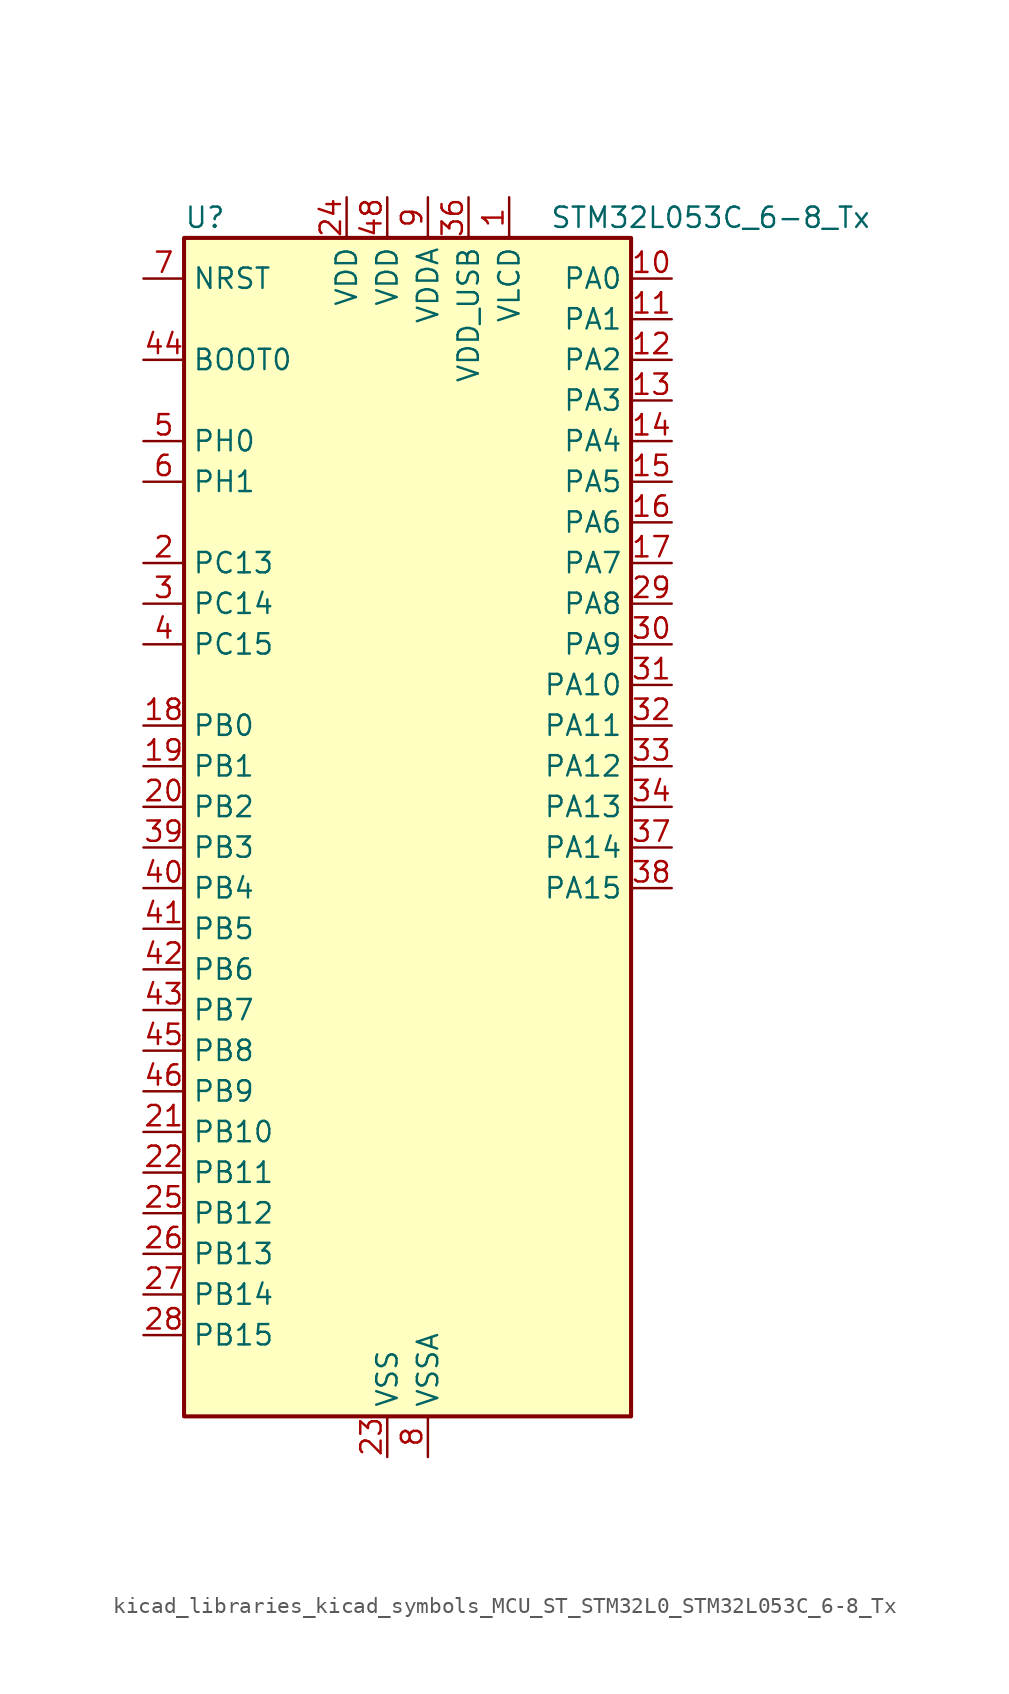
<source format=kicad_sym>
(kicad_symbol_lib
  (version 20220914)
  (generator kicad_symbol_editor)
  (symbol "kicad_libraries_kicad_symbols_MCU_ST_STM32L0_STM32L053C_6-8_Tx"
    (property "Reference" "U"
      (at -12.7 39.37 0)
      (effects (font (size 1.27 1.27)) (justify left)))
    (property "Value" "STM32L053C_6-8_Tx"
      (at 10.16 39.37 0)
      (effects (font (size 1.27 1.27)) (justify left)))
    (property "ki_locked" ""
      (at 0 0 0)
      (effects (font (size 1.27 1.27))))
    (symbol "kicad_libraries_kicad_symbols_MCU_ST_STM32L0_STM32L053C_6-8_Tx_0_1"
      (rectangle (start -12.7 -35.56) (end 15.24 38.1) (stroke (width 0.254) (type default)) (fill (type background))))
    (symbol "kicad_libraries_kicad_symbols_MCU_ST_STM32L0_STM32L053C_6-8_Tx_1_1"
      (pin power_in line (at 7.62 40.64 270) (length 2.54) (name "VLCD" (effects (font (size 1.27 1.27)))) (number "1" (effects (font (size 1.27 1.27)))))
      (pin bidirectional line (at 17.78 35.56 180) (length 2.54) (name "PA0" (effects (font (size 1.27 1.27)))) (number "10" (effects (font (size 1.27 1.27)))) (alternate "ADC_IN0" bidirectional line) (alternate "COMP1_INM" bidirectional line) (alternate "COMP1_OUT" bidirectional line) (alternate "RTC_TAMP2" bidirectional line) (alternate "SYS_WKUP1" bidirectional line) (alternate "TIM2_CH1" bidirectional line) (alternate "TIM2_ETR" bidirectional line) (alternate "TSC_G1_IO1" bidirectional line) (alternate "USART2_CTS" bidirectional line))
      (pin bidirectional line (at 17.78 33.02 180) (length 2.54) (name "PA1" (effects (font (size 1.27 1.27)))) (number "11" (effects (font (size 1.27 1.27)))) (alternate "ADC_IN1" bidirectional line) (alternate "COMP1_INP" bidirectional line) (alternate "LCD_SEG0" bidirectional line) (alternate "TIM21_ETR" bidirectional line) (alternate "TIM2_CH2" bidirectional line) (alternate "TSC_G1_IO2" bidirectional line) (alternate "USART2_DE" bidirectional line) (alternate "USART2_RTS" bidirectional line))
      (pin bidirectional line (at 17.78 30.48 180) (length 2.54) (name "PA2" (effects (font (size 1.27 1.27)))) (number "12" (effects (font (size 1.27 1.27)))) (alternate "ADC_IN2" bidirectional line) (alternate "COMP2_INM" bidirectional line) (alternate "COMP2_OUT" bidirectional line) (alternate "LCD_SEG1" bidirectional line) (alternate "TIM21_CH1" bidirectional line) (alternate "TIM2_CH3" bidirectional line) (alternate "TSC_G1_IO3" bidirectional line) (alternate "USART2_TX" bidirectional line))
      (pin bidirectional line (at 17.78 27.94 180) (length 2.54) (name "PA3" (effects (font (size 1.27 1.27)))) (number "13" (effects (font (size 1.27 1.27)))) (alternate "ADC_IN3" bidirectional line) (alternate "COMP2_INP" bidirectional line) (alternate "LCD_SEG2" bidirectional line) (alternate "TIM21_CH2" bidirectional line) (alternate "TIM2_CH4" bidirectional line) (alternate "TSC_G1_IO4" bidirectional line) (alternate "USART2_RX" bidirectional line))
      (pin bidirectional line (at 17.78 25.4 180) (length 2.54) (name "PA4" (effects (font (size 1.27 1.27)))) (number "14" (effects (font (size 1.27 1.27)))) (alternate "ADC_IN4" bidirectional line) (alternate "COMP1_INM" bidirectional line) (alternate "COMP2_INM" bidirectional line) (alternate "DAC_OUT1" bidirectional line) (alternate "SPI1_NSS" bidirectional line) (alternate "TIM22_ETR" bidirectional line) (alternate "TSC_G2_IO1" bidirectional line) (alternate "USART2_CK" bidirectional line))
      (pin bidirectional line (at 17.78 22.86 180) (length 2.54) (name "PA5" (effects (font (size 1.27 1.27)))) (number "15" (effects (font (size 1.27 1.27)))) (alternate "ADC_IN5" bidirectional line) (alternate "COMP1_INM" bidirectional line) (alternate "COMP2_INM" bidirectional line) (alternate "SPI1_SCK" bidirectional line) (alternate "TIM2_CH1" bidirectional line) (alternate "TIM2_ETR" bidirectional line) (alternate "TSC_G2_IO2" bidirectional line))
      (pin bidirectional line (at 17.78 20.32 180) (length 2.54) (name "PA6" (effects (font (size 1.27 1.27)))) (number "16" (effects (font (size 1.27 1.27)))) (alternate "ADC_IN6" bidirectional line) (alternate "COMP1_OUT" bidirectional line) (alternate "LCD_SEG3" bidirectional line) (alternate "LPUART1_CTS" bidirectional line) (alternate "SPI1_MISO" bidirectional line) (alternate "TIM22_CH1" bidirectional line) (alternate "TSC_G2_IO3" bidirectional line))
      (pin bidirectional line (at 17.78 17.78 180) (length 2.54) (name "PA7" (effects (font (size 1.27 1.27)))) (number "17" (effects (font (size 1.27 1.27)))) (alternate "ADC_IN7" bidirectional line) (alternate "COMP2_OUT" bidirectional line) (alternate "LCD_SEG4" bidirectional line) (alternate "SPI1_MOSI" bidirectional line) (alternate "TIM22_CH2" bidirectional line) (alternate "TSC_G2_IO4" bidirectional line))
      (pin bidirectional line (at -15.24 7.62 0) (length 2.54) (name "PB0" (effects (font (size 1.27 1.27)))) (number "18" (effects (font (size 1.27 1.27)))) (alternate "ADC_IN8" bidirectional line) (alternate "LCD_SEG5" bidirectional line) (alternate "LCD_VLCD3" bidirectional line) (alternate "SYS_VREF_OUT_PB0" bidirectional line) (alternate "TSC_G3_IO2" bidirectional line))
      (pin bidirectional line (at -15.24 5.08 0) (length 2.54) (name "PB1" (effects (font (size 1.27 1.27)))) (number "19" (effects (font (size 1.27 1.27)))) (alternate "ADC_IN9" bidirectional line) (alternate "LCD_SEG6" bidirectional line) (alternate "LPUART1_DE" bidirectional line) (alternate "LPUART1_RTS" bidirectional line) (alternate "SYS_VREF_OUT_PB1" bidirectional line) (alternate "TSC_G3_IO3" bidirectional line))
      (pin bidirectional line (at -15.24 17.78 0) (length 2.54) (name "PC13" (effects (font (size 1.27 1.27)))) (number "2" (effects (font (size 1.27 1.27)))) (alternate "RTC_OUT_ALARM" bidirectional line) (alternate "RTC_OUT_CALIB" bidirectional line) (alternate "RTC_TAMP1" bidirectional line) (alternate "RTC_TS" bidirectional line) (alternate "SYS_WKUP2" bidirectional line))
      (pin bidirectional line (at -15.24 2.54 0) (length 2.54) (name "PB2" (effects (font (size 1.27 1.27)))) (number "20" (effects (font (size 1.27 1.27)))) (alternate "LCD_VLCD1" bidirectional line) (alternate "LPTIM1_OUT" bidirectional line) (alternate "TSC_G3_IO4" bidirectional line))
      (pin bidirectional line (at -15.24 -17.78 0) (length 2.54) (name "PB10" (effects (font (size 1.27 1.27)))) (number "21" (effects (font (size 1.27 1.27)))) (alternate "I2C2_SCL" bidirectional line) (alternate "LCD_SEG10" bidirectional line) (alternate "LPUART1_TX" bidirectional line) (alternate "SPI2_SCK" bidirectional line) (alternate "TIM2_CH3" bidirectional line) (alternate "TSC_SYNC" bidirectional line))
      (pin bidirectional line (at -15.24 -20.32 0) (length 2.54) (name "PB11" (effects (font (size 1.27 1.27)))) (number "22" (effects (font (size 1.27 1.27)))) (alternate "ADC_EXTI11" bidirectional line) (alternate "I2C2_SDA" bidirectional line) (alternate "LCD_SEG11" bidirectional line) (alternate "LPUART1_RX" bidirectional line) (alternate "TIM2_CH4" bidirectional line) (alternate "TSC_G6_IO1" bidirectional line))
      (pin power_in line (at 0 -38.1 90) (length 2.54) (name "VSS" (effects (font (size 1.27 1.27)))) (number "23" (effects (font (size 1.27 1.27)))))
      (pin power_in line (at -2.54 40.64 270) (length 2.54) (name "VDD" (effects (font (size 1.27 1.27)))) (number "24" (effects (font (size 1.27 1.27)))))
      (pin bidirectional line (at -15.24 -22.86 0) (length 2.54) (name "PB12" (effects (font (size 1.27 1.27)))) (number "25" (effects (font (size 1.27 1.27)))) (alternate "I2S2_WS" bidirectional line) (alternate "LCD_SEG12" bidirectional line) (alternate "LCD_VLCD2" bidirectional line) (alternate "LPUART1_DE" bidirectional line) (alternate "LPUART1_RTS" bidirectional line) (alternate "SPI2_NSS" bidirectional line) (alternate "TSC_G6_IO2" bidirectional line))
      (pin bidirectional line (at -15.24 -25.4 0) (length 2.54) (name "PB13" (effects (font (size 1.27 1.27)))) (number "26" (effects (font (size 1.27 1.27)))) (alternate "I2C2_SCL" bidirectional line) (alternate "I2S2_CK" bidirectional line) (alternate "LCD_SEG13" bidirectional line) (alternate "LPUART1_CTS" bidirectional line) (alternate "SPI2_SCK" bidirectional line) (alternate "TIM21_CH1" bidirectional line) (alternate "TSC_G6_IO3" bidirectional line))
      (pin bidirectional line (at -15.24 -27.94 0) (length 2.54) (name "PB14" (effects (font (size 1.27 1.27)))) (number "27" (effects (font (size 1.27 1.27)))) (alternate "I2C2_SDA" bidirectional line) (alternate "I2S2_MCK" bidirectional line) (alternate "LCD_SEG14" bidirectional line) (alternate "LPUART1_DE" bidirectional line) (alternate "LPUART1_RTS" bidirectional line) (alternate "RTC_OUT_ALARM" bidirectional line) (alternate "RTC_OUT_CALIB" bidirectional line) (alternate "SPI2_MISO" bidirectional line) (alternate "TIM21_CH2" bidirectional line) (alternate "TSC_G6_IO4" bidirectional line))
      (pin bidirectional line (at -15.24 -30.48 0) (length 2.54) (name "PB15" (effects (font (size 1.27 1.27)))) (number "28" (effects (font (size 1.27 1.27)))) (alternate "I2S2_SD" bidirectional line) (alternate "LCD_SEG15" bidirectional line) (alternate "RTC_REFIN" bidirectional line) (alternate "SPI2_MOSI" bidirectional line))
      (pin bidirectional line (at 17.78 15.24 180) (length 2.54) (name "PA8" (effects (font (size 1.27 1.27)))) (number "29" (effects (font (size 1.27 1.27)))) (alternate "CRS_SYNC" bidirectional line) (alternate "LCD_COM0" bidirectional line) (alternate "RCC_MCO" bidirectional line) (alternate "USART1_CK" bidirectional line))
      (pin bidirectional line (at -15.24 15.24 0) (length 2.54) (name "PC14" (effects (font (size 1.27 1.27)))) (number "3" (effects (font (size 1.27 1.27)))) (alternate "RCC_OSC32_IN" bidirectional line))
      (pin bidirectional line (at 17.78 12.7 180) (length 2.54) (name "PA9" (effects (font (size 1.27 1.27)))) (number "30" (effects (font (size 1.27 1.27)))) (alternate "DAC_EXTI9" bidirectional line) (alternate "LCD_COM1" bidirectional line) (alternate "RCC_MCO" bidirectional line) (alternate "TSC_G4_IO1" bidirectional line) (alternate "USART1_TX" bidirectional line))
      (pin bidirectional line (at 17.78 10.16 180) (length 2.54) (name "PA10" (effects (font (size 1.27 1.27)))) (number "31" (effects (font (size 1.27 1.27)))) (alternate "LCD_COM2" bidirectional line) (alternate "TSC_G4_IO2" bidirectional line) (alternate "USART1_RX" bidirectional line))
      (pin bidirectional line (at 17.78 7.62 180) (length 2.54) (name "PA11" (effects (font (size 1.27 1.27)))) (number "32" (effects (font (size 1.27 1.27)))) (alternate "ADC_EXTI11" bidirectional line) (alternate "COMP1_OUT" bidirectional line) (alternate "SPI1_MISO" bidirectional line) (alternate "TSC_G4_IO3" bidirectional line) (alternate "USART1_CTS" bidirectional line) (alternate "USB_DM" bidirectional line))
      (pin bidirectional line (at 17.78 5.08 180) (length 2.54) (name "PA12" (effects (font (size 1.27 1.27)))) (number "33" (effects (font (size 1.27 1.27)))) (alternate "COMP2_OUT" bidirectional line) (alternate "SPI1_MOSI" bidirectional line) (alternate "TSC_G4_IO4" bidirectional line) (alternate "USART1_DE" bidirectional line) (alternate "USART1_RTS" bidirectional line) (alternate "USB_DP" bidirectional line))
      (pin bidirectional line (at 17.78 2.54 180) (length 2.54) (name "PA13" (effects (font (size 1.27 1.27)))) (number "34" (effects (font (size 1.27 1.27)))) (alternate "SYS_SWDIO" bidirectional line) (alternate "USB_NOE" bidirectional line))
      (pin passive line (at 0 -38.1 90) (length 2.54) hide (name "VSS" (effects (font (size 1.27 1.27)))) (number "35" (effects (font (size 1.27 1.27)))))
      (pin power_in line (at 5.08 40.64 270) (length 2.54) (name "VDD_USB" (effects (font (size 1.27 1.27)))) (number "36" (effects (font (size 1.27 1.27)))))
      (pin bidirectional line (at 17.78 0 180) (length 2.54) (name "PA14" (effects (font (size 1.27 1.27)))) (number "37" (effects (font (size 1.27 1.27)))) (alternate "SYS_SWCLK" bidirectional line) (alternate "USART2_TX" bidirectional line))
      (pin bidirectional line (at 17.78 -2.54 180) (length 2.54) (name "PA15" (effects (font (size 1.27 1.27)))) (number "38" (effects (font (size 1.27 1.27)))) (alternate "LCD_SEG17" bidirectional line) (alternate "SPI1_NSS" bidirectional line) (alternate "TIM2_CH1" bidirectional line) (alternate "TIM2_ETR" bidirectional line) (alternate "USART2_RX" bidirectional line))
      (pin bidirectional line (at -15.24 0 0) (length 2.54) (name "PB3" (effects (font (size 1.27 1.27)))) (number "39" (effects (font (size 1.27 1.27)))) (alternate "COMP2_INM" bidirectional line) (alternate "LCD_SEG7" bidirectional line) (alternate "SPI1_SCK" bidirectional line) (alternate "TIM2_CH2" bidirectional line) (alternate "TSC_G5_IO1" bidirectional line))
      (pin bidirectional line (at -15.24 12.7 0) (length 2.54) (name "PC15" (effects (font (size 1.27 1.27)))) (number "4" (effects (font (size 1.27 1.27)))) (alternate "RCC_OSC32_OUT" bidirectional line))
      (pin bidirectional line (at -15.24 -2.54 0) (length 2.54) (name "PB4" (effects (font (size 1.27 1.27)))) (number "40" (effects (font (size 1.27 1.27)))) (alternate "COMP2_INP" bidirectional line) (alternate "LCD_SEG8" bidirectional line) (alternate "SPI1_MISO" bidirectional line) (alternate "TIM22_CH1" bidirectional line) (alternate "TSC_G5_IO2" bidirectional line))
      (pin bidirectional line (at -15.24 -5.08 0) (length 2.54) (name "PB5" (effects (font (size 1.27 1.27)))) (number "41" (effects (font (size 1.27 1.27)))) (alternate "COMP2_INP" bidirectional line) (alternate "I2C1_SMBA" bidirectional line) (alternate "LCD_SEG9" bidirectional line) (alternate "LPTIM1_IN1" bidirectional line) (alternate "SPI1_MOSI" bidirectional line) (alternate "TIM22_CH2" bidirectional line))
      (pin bidirectional line (at -15.24 -7.62 0) (length 2.54) (name "PB6" (effects (font (size 1.27 1.27)))) (number "42" (effects (font (size 1.27 1.27)))) (alternate "COMP2_INP" bidirectional line) (alternate "I2C1_SCL" bidirectional line) (alternate "LPTIM1_ETR" bidirectional line) (alternate "TSC_G5_IO3" bidirectional line) (alternate "USART1_TX" bidirectional line))
      (pin bidirectional line (at -15.24 -10.16 0) (length 2.54) (name "PB7" (effects (font (size 1.27 1.27)))) (number "43" (effects (font (size 1.27 1.27)))) (alternate "COMP2_INP" bidirectional line) (alternate "I2C1_SDA" bidirectional line) (alternate "LPTIM1_IN2" bidirectional line) (alternate "SYS_PVD_IN" bidirectional line) (alternate "TSC_G5_IO4" bidirectional line) (alternate "USART1_RX" bidirectional line))
      (pin input line (at -15.24 30.48 0) (length 2.54) (name "BOOT0" (effects (font (size 1.27 1.27)))) (number "44" (effects (font (size 1.27 1.27)))))
      (pin bidirectional line (at -15.24 -12.7 0) (length 2.54) (name "PB8" (effects (font (size 1.27 1.27)))) (number "45" (effects (font (size 1.27 1.27)))) (alternate "I2C1_SCL" bidirectional line) (alternate "LCD_SEG16" bidirectional line) (alternate "TSC_SYNC" bidirectional line))
      (pin bidirectional line (at -15.24 -15.24 0) (length 2.54) (name "PB9" (effects (font (size 1.27 1.27)))) (number "46" (effects (font (size 1.27 1.27)))) (alternate "DAC_EXTI9" bidirectional line) (alternate "I2C1_SDA" bidirectional line) (alternate "I2S2_WS" bidirectional line) (alternate "LCD_COM3" bidirectional line) (alternate "SPI2_NSS" bidirectional line))
      (pin passive line (at 0 -38.1 90) (length 2.54) hide (name "VSS" (effects (font (size 1.27 1.27)))) (number "47" (effects (font (size 1.27 1.27)))))
      (pin power_in line (at 0 40.64 270) (length 2.54) (name "VDD" (effects (font (size 1.27 1.27)))) (number "48" (effects (font (size 1.27 1.27)))))
      (pin bidirectional line (at -15.24 25.4 0) (length 2.54) (name "PH0" (effects (font (size 1.27 1.27)))) (number "5" (effects (font (size 1.27 1.27)))) (alternate "CRS_SYNC" bidirectional line) (alternate "RCC_OSC_IN" bidirectional line))
      (pin bidirectional line (at -15.24 22.86 0) (length 2.54) (name "PH1" (effects (font (size 1.27 1.27)))) (number "6" (effects (font (size 1.27 1.27)))) (alternate "RCC_OSC_OUT" bidirectional line))
      (pin input line (at -15.24 35.56 0) (length 2.54) (name "NRST" (effects (font (size 1.27 1.27)))) (number "7" (effects (font (size 1.27 1.27)))))
      (pin power_in line (at 2.54 -38.1 90) (length 2.54) (name "VSSA" (effects (font (size 1.27 1.27)))) (number "8" (effects (font (size 1.27 1.27)))))
      (pin power_in line (at 2.54 40.64 270) (length 2.54) (name "VDDA" (effects (font (size 1.27 1.27)))) (number "9" (effects (font (size 1.27 1.27))))))))
</source>
